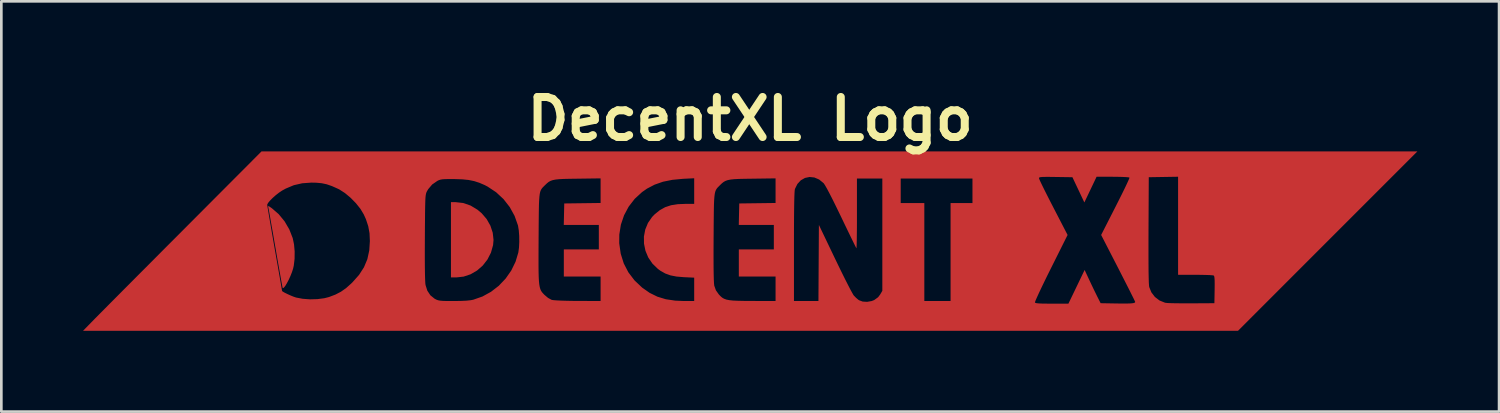
<source format=kicad_pcb>
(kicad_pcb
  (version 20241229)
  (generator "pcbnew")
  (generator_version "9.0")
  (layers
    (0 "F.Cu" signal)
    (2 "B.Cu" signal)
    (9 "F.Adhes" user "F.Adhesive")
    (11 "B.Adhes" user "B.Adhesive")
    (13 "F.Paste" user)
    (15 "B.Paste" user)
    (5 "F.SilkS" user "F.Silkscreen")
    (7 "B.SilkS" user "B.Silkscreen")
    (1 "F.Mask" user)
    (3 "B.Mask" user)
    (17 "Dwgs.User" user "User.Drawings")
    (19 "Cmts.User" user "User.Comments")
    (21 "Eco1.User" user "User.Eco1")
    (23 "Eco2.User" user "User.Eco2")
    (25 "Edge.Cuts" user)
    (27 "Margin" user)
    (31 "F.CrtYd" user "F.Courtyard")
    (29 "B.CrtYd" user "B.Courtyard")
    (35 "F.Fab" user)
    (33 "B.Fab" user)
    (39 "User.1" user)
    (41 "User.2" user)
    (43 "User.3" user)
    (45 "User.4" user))
  (footprint "DecentXL Logo"
    (layer "F.Cu")
    (at 25.05 5.964)
    (property "Reference" "DecentXL Logo" (at 0 -4.56 0) (layer "F.SilkS") (effects (font (size 1.5 1.5) (thickness 0.3))))
    (attr board_only exclude_from_pos_files exclude_from_bom)
    (fp_poly (pts (xy -10.75 -1.41) (xy -10.475 -1.315) (xy -10.217 -1.16) (xy -10.06 -1.028) (xy -9.871 -0.808) (xy -9.731 -0.56) (xy -9.644 -0.296) (xy -9.614 -0.027) (xy -9.631 0.167) (xy -9.711 0.45) (xy -9.843 0.708) (xy -10.018 0.933) (xy -10.231 1.119) (xy -10.472 1.259) (xy -10.735 1.347) (xy -11.002 1.377) (xy -11.209 1.377) (xy -11.209 -0.033) (xy -11.209 -1.442) (xy -11.034 -1.442)) (stroke (width 0) (type solid)) (fill yes) (layer "F.Cu"))
    (fp_poly (pts (xy -18.005 -1.275) (xy -17.923 -1.218) (xy -17.912 -1.21) (xy -17.661 -0.992) (xy -17.442 -0.726) (xy -17.264 -0.422) (xy -17.137 -0.098) (xy -17.087 0.137) (xy -17.063 0.405) (xy -17.066 0.68) (xy -17.096 0.935) (xy -17.121 1.046) (xy -17.164 1.18) (xy -17.22 1.321) (xy -17.283 1.46) (xy -17.349 1.585) (xy -17.41 1.688) (xy -17.463 1.756) (xy -17.5 1.781) (xy -17.514 1.768) (xy -17.523 1.727) (xy -17.542 1.628) (xy -17.569 1.478) (xy -17.604 1.283) (xy -17.645 1.051) (xy -17.692 0.788) (xy -17.742 0.501) (xy -17.78 0.279) (xy -17.833 -0.023) (xy -17.882 -0.307) (xy -17.928 -0.566) (xy -17.968 -0.793) (xy -18.001 -0.982) (xy -18.027 -1.124) (xy -18.044 -1.215) (xy -18.049 -1.243) (xy -18.057 -1.285) (xy -18.046 -1.296)) (stroke (width 0) (type solid)) (fill yes) (layer "F.Cu"))
    (fp_poly (pts (xy 21.631 0.016) (xy 18.272 3.376) (xy -3.359 3.376) (xy -24.989 3.376) (xy -24.548 2.925) (xy -24.468 2.844) (xy -24.345 2.72) (xy -24.183 2.557) (xy -23.985 2.357) (xy -23.942 2.314) (xy 10.665 2.314) (xy 10.683 2.331) (xy 10.729 2.343) (xy 10.811 2.351) (xy 10.936 2.357) (xy 11.112 2.359) (xy 11.301 2.36) (xy 11.919 2.36) (xy 12.223 1.729) (xy 12.526 1.098) (xy 12.702 1.475) (xy 12.784 1.649) (xy 12.87 1.829) (xy 12.95 1.992) (xy 13.002 2.098) (xy 13.126 2.343) (xy 13.7 2.353) (xy 13.943 2.356) (xy 14.128 2.355) (xy 14.261 2.35) (xy 14.35 2.34) (xy 14.4 2.324) (xy 14.42 2.303) (xy 14.421 2.297) (xy 14.406 2.262) (xy 14.365 2.176) (xy 14.299 2.044) (xy 14.213 1.871) (xy 14.109 1.666) (xy 13.99 1.433) (xy 13.86 1.178) (xy 13.783 1.027) (xy 13.517 0.51) (xy 14.918 0.51) (xy 14.919 0.867) (xy 14.921 1.161) (xy 14.926 1.395) (xy 14.931 1.569) (xy 14.939 1.684) (xy 14.946 1.737) (xy 15.027 1.937) (xy 15.159 2.109) (xy 15.331 2.241) (xy 15.531 2.322) (xy 15.564 2.329) (xy 15.629 2.336) (xy 15.749 2.341) (xy 15.913 2.345) (xy 16.113 2.347) (xy 16.337 2.349) (xy 16.535 2.348) (xy 17.387 2.343) (xy 17.396 1.838) (xy 17.398 1.631) (xy 17.396 1.482) (xy 17.389 1.383) (xy 17.377 1.326) (xy 17.363 1.306) (xy 17.319 1.298) (xy 17.219 1.29) (xy 17.076 1.285) (xy 16.899 1.281) (xy 16.7 1.279) (xy 16.674 1.279) (xy 16.027 1.278) (xy 16.027 -0.558) (xy 16.027 -2.394) (xy 15.478 -2.385) (xy 14.929 -2.376) (xy 14.919 -0.393) (xy 14.918 0.091) (xy 14.918 0.51) (xy 13.517 0.51) (xy 13.145 -0.213) (xy 13.685 -1.272) (xy 13.808 -1.516) (xy 13.921 -1.741) (xy 14.019 -1.941) (xy 14.1 -2.111) (xy 14.16 -2.242) (xy 14.197 -2.328) (xy 14.206 -2.362) (xy 14.169 -2.372) (xy 14.076 -2.38) (xy 13.937 -2.387) (xy 13.762 -2.391) (xy 13.581 -2.393) (xy 12.974 -2.393) (xy 12.745 -1.912) (xy 12.516 -1.431) (xy 12.293 -1.903) (xy 12.069 -2.376) (xy 11.442 -2.385) (xy 11.225 -2.388) (xy 11.064 -2.388) (xy 10.952 -2.386) (xy 10.88 -2.38) (xy 10.839 -2.371) (xy 10.821 -2.356) (xy 10.817 -2.336) (xy 10.817 -2.336) (xy 10.832 -2.294) (xy 10.874 -2.201) (xy 10.94 -2.064) (xy 11.025 -1.891) (xy 11.128 -1.687) (xy 11.243 -1.46) (xy 11.354 -1.245) (xy 11.888 -0.213) (xy 11.268 1.028) (xy 11.136 1.293) (xy 11.015 1.541) (xy 10.907 1.765) (xy 10.815 1.96) (xy 10.743 2.118) (xy 10.692 2.234) (xy 10.667 2.301) (xy 10.665 2.314) (xy -23.942 2.314) (xy -23.754 2.125) (xy -23.493 1.862) (xy -23.206 1.574) (xy -22.897 1.263) (xy -22.567 0.933) (xy -22.222 0.586) (xy -21.865 0.227) (xy -21.497 -0.141) (xy -21.205 -0.434) (xy -20.297 -1.345) (xy -18.091 -1.345) (xy -18.086 -1.303) (xy -18.07 -1.204) (xy -18.045 -1.053) (xy -18.011 -0.856) (xy -17.971 -0.621) (xy -17.925 -0.353) (xy -17.874 -0.06) (xy -17.819 0.253) (xy -17.813 0.289) (xy -17.758 0.602) (xy -17.706 0.895) (xy -17.659 1.162) (xy -17.618 1.397) (xy -17.584 1.593) (xy -17.558 1.743) (xy -17.541 1.843) (xy -17.534 1.885) (xy -17.534 1.886) (xy -17.506 1.91) (xy -17.434 1.951) (xy -17.332 2.001) (xy -17.219 2.052) (xy -17.109 2.097) (xy -17.018 2.128) (xy -17.009 2.131) (xy -16.761 2.178) (xy -16.487 2.198) (xy -16.209 2.19) (xy -15.95 2.156) (xy -15.778 2.112) (xy -15.536 2.02) (xy -15.33 1.913) (xy -15.139 1.779) (xy -14.943 1.604) (xy -14.895 1.557) (xy -14.65 1.281) (xy -14.467 0.997) (xy -14.341 0.696) (xy -14.338 0.682) (xy -12.188 0.682) (xy -12.186 1.001) (xy -12.182 1.261) (xy -12.176 1.461) (xy -12.169 1.598) (xy -12.161 1.66) (xy -12.094 1.874) (xy -11.979 2.047) (xy -11.822 2.174) (xy -11.802 2.185) (xy -11.744 2.214) (xy -11.686 2.234) (xy -11.617 2.247) (xy -11.524 2.256) (xy -11.395 2.26) (xy -11.219 2.261) (xy -11.112 2.261) (xy -10.839 2.258) (xy -10.625 2.248) (xy -10.462 2.23) (xy -10.372 2.212) (xy -10.029 2.092) (xy -9.709 1.916) (xy -9.418 1.691) (xy -9.163 1.423) (xy -8.951 1.121) (xy -8.79 0.791) (xy -8.741 0.629) (xy -7.929 0.629) (xy -7.929 0.917) (xy -7.927 1.156) (xy -7.922 1.351) (xy -7.914 1.509) (xy -7.901 1.635) (xy -7.884 1.734) (xy -7.863 1.811) (xy -7.835 1.874) (xy -7.802 1.926) (xy -7.761 1.974) (xy -7.714 2.023) (xy -7.705 2.032) (xy -7.571 2.145) (xy -7.446 2.213) (xy -7.421 2.221) (xy -7.353 2.23) (xy -7.229 2.239) (xy -7.061 2.247) (xy -6.857 2.253) (xy -6.629 2.257) (xy -6.448 2.258) (xy -5.604 2.261) (xy -5.604 1.803) (xy -5.604 1.344) (xy -6.293 1.344) (xy -6.981 1.344) (xy -6.981 0.836) (xy -6.981 0.328) (xy -6.325 0.328) (xy -5.67 0.328) (xy -5.67 0.098) (xy -4.906 0.098) (xy -4.85 0.489) (xy -4.736 0.853) (xy -4.563 1.187) (xy -4.332 1.49) (xy -4.046 1.76) (xy -3.767 1.955) (xy -3.475 2.099) (xy -3.159 2.195) (xy -2.807 2.247) (xy -2.515 2.26) (xy -2.098 2.261) (xy -2.098 1.823) (xy -2.098 1.386) (xy -2.483 1.368) (xy -2.759 1.345) (xy -2.988 1.3) (xy -3.184 1.229) (xy -3.364 1.127) (xy -3.458 1.058) (xy -3.663 0.859) (xy -3.774 0.696) (xy -1.373 0.696) (xy -1.372 1.008) (xy -1.368 1.26) (xy -1.363 1.455) (xy -1.356 1.595) (xy -1.347 1.681) (xy -1.344 1.693) (xy -1.284 1.861) (xy -1.176 2.013) (xy -1.113 2.08) (xy -1.05 2.134) (xy -0.98 2.175) (xy -0.893 2.207) (xy -0.783 2.229) (xy -0.64 2.244) (xy -0.458 2.252) (xy -0.227 2.257) (xy 0.06 2.259) (xy 0.107 2.259) (xy 0.95 2.261) (xy 1.639 2.261) (xy 2.097 2.261) (xy 2.556 2.261) (xy 2.564 0.836) (xy 2.573 -0.589) (xy 3.176 0.671) (xy 3.308 0.944) (xy 3.434 1.202) (xy 3.551 1.438) (xy 3.657 1.646) (xy 3.746 1.819) (xy 3.817 1.949) (xy 3.864 2.031) (xy 3.878 2.051) (xy 3.963 2.14) (xy 4.053 2.216) (xy 4.078 2.232) (xy 4.214 2.282) (xy 4.379 2.292) (xy 4.55 2.262) (xy 4.644 2.225) (xy 4.791 2.119) (xy 4.867 2.018) (xy 4.949 1.879) (xy 4.949 -0.224) (xy 4.949 -2.327) (xy 5.637 -2.327) (xy 5.637 -1.868) (xy 5.637 -1.409) (xy 6.08 -1.409) (xy 6.522 -1.409) (xy 6.522 0.426) (xy 6.522 2.261) (xy 7.014 2.261) (xy 7.505 2.261) (xy 7.505 0.426) (xy 7.505 -1.409) (xy 7.915 -1.409) (xy 8.325 -1.409) (xy 8.325 -1.868) (xy 8.325 -2.327) (xy 6.981 -2.327) (xy 5.637 -2.327) (xy 4.949 -2.327) (xy 4.474 -2.327) (xy 3.998 -2.327) (xy 3.998 -1.011) (xy 3.998 -0.725) (xy 3.997 -0.462) (xy 3.994 -0.227) (xy 3.992 -0.029) (xy 3.988 0.127) (xy 3.984 0.233) (xy 3.98 0.283) (xy 3.978 0.286) (xy 3.96 0.253) (xy 3.917 0.167) (xy 3.852 0.035) (xy 3.768 -0.137) (xy 3.669 -0.342) (xy 3.557 -0.573) (xy 3.436 -0.825) (xy 3.405 -0.89) (xy 3.241 -1.228) (xy 3.098 -1.519) (xy 2.976 -1.758) (xy 2.877 -1.945) (xy 2.801 -2.077) (xy 2.751 -2.151) (xy 2.745 -2.157) (xy 2.58 -2.291) (xy 2.403 -2.366) (xy 2.224 -2.385) (xy 2.051 -2.349) (xy 1.896 -2.261) (xy 1.768 -2.123) (xy 1.676 -1.937) (xy 1.667 -1.886) (xy 1.66 -1.788) (xy 1.654 -1.64) (xy 1.649 -1.439) (xy 1.645 -1.183) (xy 1.642 -0.871) (xy 1.64 -0.499) (xy 1.639 -0.065) (xy 1.639 0.218) (xy 1.639 2.261) (xy 0.95 2.261) (xy 0.95 1.803) (xy 0.95 1.344) (xy 0.262 1.344) (xy -0.426 1.344) (xy -0.426 0.836) (xy -0.426 0.328) (xy 0.229 0.328) (xy 0.885 0.328) (xy 0.885 -0.131) (xy 0.885 -0.59) (xy 0.228 -0.59) (xy -0.428 -0.59) (xy -0.419 -0.991) (xy -0.41 -1.393) (xy 0.27 -1.402) (xy 0.95 -1.411) (xy 0.95 -1.872) (xy 0.95 -2.333) (xy 0.09 -2.321) (xy -0.192 -2.317) (xy -0.418 -2.312) (xy -0.595 -2.303) (xy -0.733 -2.289) (xy -0.839 -2.268) (xy -0.923 -2.239) (xy -0.993 -2.2) (xy -1.058 -2.149) (xy -1.126 -2.084) (xy -1.135 -2.075) (xy -1.184 -2.026) (xy -1.226 -1.983) (xy -1.26 -1.939) (xy -1.288 -1.889) (xy -1.311 -1.828) (xy -1.328 -1.748) (xy -1.341 -1.645) (xy -1.351 -1.512) (xy -1.358 -1.345) (xy -1.362 -1.136) (xy -1.365 -0.88) (xy -1.368 -0.572) (xy -1.37 -0.206) (xy -1.371 -0.115) (xy -1.373 0.322) (xy -1.373 0.696) (xy -3.774 0.696) (xy -3.819 0.629) (xy -3.924 0.378) (xy -3.978 0.113) (xy -3.981 -0.154) (xy -3.931 -0.416) (xy -3.829 -0.664) (xy -3.674 -0.888) (xy -3.576 -0.989) (xy -3.385 -1.142) (xy -3.186 -1.253) (xy -2.966 -1.326) (xy -2.711 -1.366) (xy -2.435 -1.377) (xy -2.098 -1.377) (xy -2.098 -1.857) (xy -2.098 -2.337) (xy -2.518 -2.316) (xy -2.917 -2.278) (xy -3.267 -2.207) (xy -3.579 -2.098) (xy -3.863 -1.95) (xy -4.051 -1.819) (xy -4.326 -1.566) (xy -4.552 -1.274) (xy -4.725 -0.95) (xy -4.844 -0.599) (xy -4.903 -0.229) (xy -4.906 0.098) (xy -5.67 0.098) (xy -5.67 -0.131) (xy -5.67 -0.59) (xy -6.326 -0.59) (xy -6.983 -0.59) (xy -6.974 -0.991) (xy -6.965 -1.393) (xy -6.284 -1.402) (xy -5.604 -1.411) (xy -5.604 -1.872) (xy -5.604 -2.333) (xy -6.465 -2.321) (xy -6.747 -2.317) (xy -6.973 -2.312) (xy -7.15 -2.303) (xy -7.288 -2.289) (xy -7.394 -2.268) (xy -7.478 -2.239) (xy -7.548 -2.2) (xy -7.612 -2.149) (xy -7.68 -2.084) (xy -7.69 -2.075) (xy -7.739 -2.026) (xy -7.781 -1.983) (xy -7.815 -1.939) (xy -7.843 -1.889) (xy -7.866 -1.828) (xy -7.883 -1.748) (xy -7.896 -1.645) (xy -7.906 -1.512) (xy -7.913 -1.345) (xy -7.917 -1.136) (xy -7.92 -0.88) (xy -7.923 -0.572) (xy -7.925 -0.206) (xy -7.926 -0.115) (xy -7.928 0.287) (xy -7.929 0.629) (xy -8.741 0.629) (xy -8.685 0.443) (xy -8.661 0.265) (xy -8.65 0.052) (xy -8.652 -0.172) (xy -8.668 -0.383) (xy -8.696 -0.556) (xy -8.7 -0.574) (xy -8.826 -0.929) (xy -9.008 -1.259) (xy -9.241 -1.557) (xy -9.518 -1.814) (xy -9.835 -2.024) (xy -9.946 -2.082) (xy -10.146 -2.168) (xy -10.341 -2.231) (xy -10.548 -2.273) (xy -10.784 -2.297) (xy -11.065 -2.306) (xy -11.11 -2.307) (xy -11.301 -2.307) (xy -11.439 -2.304) (xy -11.538 -2.297) (xy -11.611 -2.283) (xy -11.67 -2.262) (xy -11.717 -2.239) (xy -11.913 -2.103) (xy -12.059 -1.931) (xy -12.102 -1.859) (xy -12.119 -1.826) (xy -12.133 -1.792) (xy -12.144 -1.752) (xy -12.154 -1.699) (xy -12.162 -1.628) (xy -12.168 -1.533) (xy -12.172 -1.407) (xy -12.176 -1.244) (xy -12.179 -1.04) (xy -12.181 -0.788) (xy -12.184 -0.482) (xy -12.186 -0.126) (xy -12.188 0.306) (xy -12.188 0.682) (xy -14.338 0.682) (xy -14.269 0.368) (xy -14.246 0.016) (xy -14.259 -0.278) (xy -14.307 -0.542) (xy -14.394 -0.804) (xy -14.475 -0.983) (xy -14.599 -1.19) (xy -14.769 -1.403) (xy -14.968 -1.606) (xy -15.18 -1.783) (xy -15.39 -1.918) (xy -15.439 -1.942) (xy -15.665 -2.043) (xy -15.861 -2.111) (xy -16.049 -2.151) (xy -16.251 -2.17) (xy -16.436 -2.174) (xy -16.781 -2.149) (xy -17.095 -2.077) (xy -17.396 -1.951) (xy -17.531 -1.877) (xy -17.648 -1.799) (xy -17.772 -1.702) (xy -17.889 -1.598) (xy -17.989 -1.497) (xy -18.06 -1.411) (xy -18.091 -1.35) (xy -18.091 -1.345) (xy -20.297 -1.345) (xy -18.305 -3.343) (xy 3.343 -3.343) (xy 24.99 -3.343)) (stroke (width 0) (type solid)) (fill yes) (layer "F.Cu"))
    (fp_poly (pts (xy -24.99 3.343) (xy -18.305 -3.343) (xy 24.99 -3.343) (xy 18.272 3.343)) (stroke (width 0.12) (type solid)) (fill yes) (layer "F.Mask")))
  (gr_rect
    (start -3 -3)
    (end 53.1 12.367)
    (stroke (width 0.1) (type default))
    (fill no)
    (layer "Edge.Cuts")))
</source>
